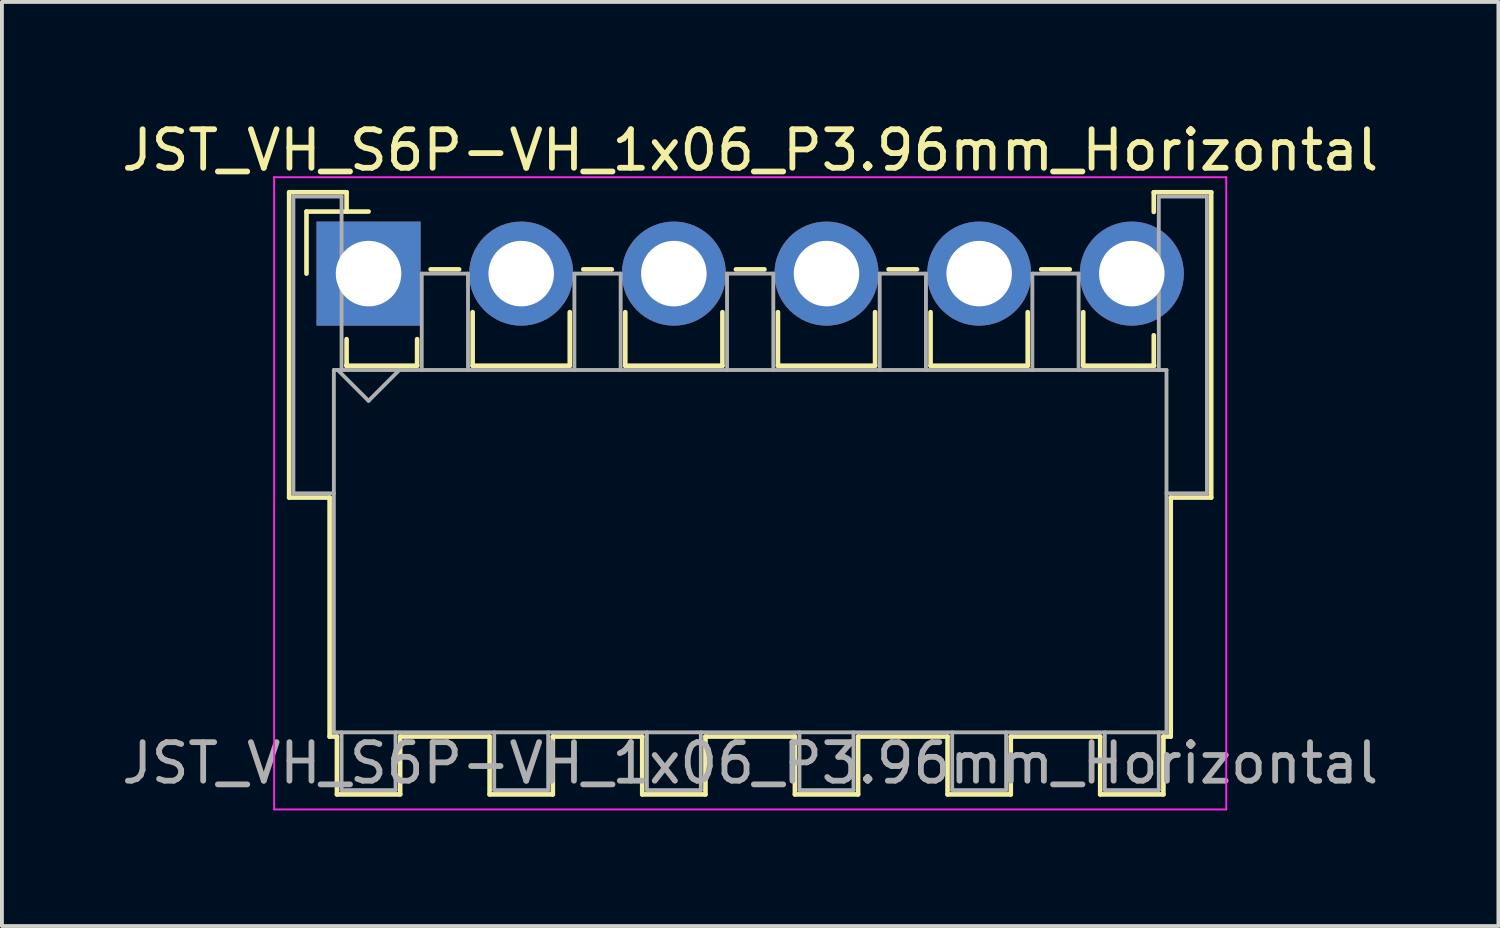
<source format=kicad_pcb>
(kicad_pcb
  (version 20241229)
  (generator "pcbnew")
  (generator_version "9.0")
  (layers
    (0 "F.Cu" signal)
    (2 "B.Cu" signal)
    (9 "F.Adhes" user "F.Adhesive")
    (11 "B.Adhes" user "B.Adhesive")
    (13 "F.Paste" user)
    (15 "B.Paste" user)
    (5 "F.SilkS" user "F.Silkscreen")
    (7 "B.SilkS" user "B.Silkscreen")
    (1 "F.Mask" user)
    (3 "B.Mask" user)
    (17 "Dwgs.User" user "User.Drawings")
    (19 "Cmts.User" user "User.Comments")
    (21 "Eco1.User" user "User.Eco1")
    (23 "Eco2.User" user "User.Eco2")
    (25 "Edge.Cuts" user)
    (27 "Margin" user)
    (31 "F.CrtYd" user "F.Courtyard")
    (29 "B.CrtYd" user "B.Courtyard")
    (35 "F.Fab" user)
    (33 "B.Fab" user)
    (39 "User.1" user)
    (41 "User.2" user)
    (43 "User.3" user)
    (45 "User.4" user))
  (footprint "JST_VH_S6P-VH_1x06_P3.96mm_Horizontal"
    (layer "F.Cu")
    (at 6.511 4.048)
    (property "Reference" "JST_VH_S6P-VH_1x06_P3.96mm_Horizontal" (at 9.9 -3.2 0) (layer "F.SilkS") (effects (font (size 1 1) (thickness 0.15))))
    (attr through_hole)
    (fp_line (start -2.06 -2.11) (end -0.57 -2.11) (stroke (width 0.12) (type solid)) (layer "F.SilkS"))
    (fp_line (start -2.06 5.81) (end -2.06 -2.11) (stroke (width 0.12) (type solid)) (layer "F.SilkS"))
    (fp_line (start -1.61 -1.61) (end -1.61 0) (stroke (width 0.12) (type solid)) (layer "F.SilkS"))
    (fp_line (start -1.01 5.81) (end -2.06 5.81) (stroke (width 0.12) (type solid)) (layer "F.SilkS"))
    (fp_line (start -1.01 5.81) (end -1.01 12.01) (stroke (width 0.12) (type solid)) (layer "F.SilkS"))
    (fp_line (start -1.01 12.01) (end -0.82 12.01) (stroke (width 0.12) (type solid)) (layer "F.SilkS"))
    (fp_line (start -0.82 12.01) (end -0.82 13.51) (stroke (width 0.12) (type solid)) (layer "F.SilkS"))
    (fp_line (start -0.82 13.51) (end 0.82 13.51) (stroke (width 0.12) (type solid)) (layer "F.SilkS"))
    (fp_line (start -0.58 2.39) (end 1.26 2.39) (stroke (width 0.12) (type solid)) (layer "F.SilkS"))
    (fp_line (start -0.57 -2.11) (end -0.57 -1.61) (stroke (width 0.12) (type solid)) (layer "F.SilkS"))
    (fp_line (start -0.57 1.7) (end -0.57 2.39) (stroke (width 0.12) (type solid)) (layer "F.SilkS"))
    (fp_line (start 0 -1.61) (end -1.61 -1.61) (stroke (width 0.12) (type solid)) (layer "F.SilkS"))
    (fp_line (start 0.82 12.01) (end 3.14 12.01) (stroke (width 0.12) (type solid)) (layer "F.SilkS"))
    (fp_line (start 0.82 13.51) (end 0.82 12.01) (stroke (width 0.12) (type solid)) (layer "F.SilkS"))
    (fp_line (start 1.26 2.39) (end 1.26 1.7) (stroke (width 0.12) (type solid)) (layer "F.SilkS"))
    (fp_line (start 1.61 -0.11) (end 2.35 -0.11) (stroke (width 0.12) (type solid)) (layer "F.SilkS"))
    (fp_line (start 2.7 1) (end 2.7 2.39) (stroke (width 0.12) (type solid)) (layer "F.SilkS"))
    (fp_line (start 2.7 2.39) (end 5.22 2.39) (stroke (width 0.12) (type solid)) (layer "F.SilkS"))
    (fp_line (start 3.14 12.01) (end 3.14 13.51) (stroke (width 0.12) (type solid)) (layer "F.SilkS"))
    (fp_line (start 3.14 13.51) (end 4.78 13.51) (stroke (width 0.12) (type solid)) (layer "F.SilkS"))
    (fp_line (start 4.78 12.01) (end 7.1 12.01) (stroke (width 0.12) (type solid)) (layer "F.SilkS"))
    (fp_line (start 4.78 13.51) (end 4.78 12.01) (stroke (width 0.12) (type solid)) (layer "F.SilkS"))
    (fp_line (start 5.22 2.39) (end 5.22 1) (stroke (width 0.12) (type solid)) (layer "F.SilkS"))
    (fp_line (start 5.57 -0.11) (end 6.31 -0.11) (stroke (width 0.12) (type solid)) (layer "F.SilkS"))
    (fp_line (start 6.66 1) (end 6.66 2.39) (stroke (width 0.12) (type solid)) (layer "F.SilkS"))
    (fp_line (start 6.66 2.39) (end 9.18 2.39) (stroke (width 0.12) (type solid)) (layer "F.SilkS"))
    (fp_line (start 7.1 12.01) (end 7.1 13.51) (stroke (width 0.12) (type solid)) (layer "F.SilkS"))
    (fp_line (start 7.1 13.51) (end 8.74 13.51) (stroke (width 0.12) (type solid)) (layer "F.SilkS"))
    (fp_line (start 8.74 12.01) (end 11.06 12.01) (stroke (width 0.12) (type solid)) (layer "F.SilkS"))
    (fp_line (start 8.74 13.51) (end 8.74 12.01) (stroke (width 0.12) (type solid)) (layer "F.SilkS"))
    (fp_line (start 9.18 2.39) (end 9.18 1) (stroke (width 0.12) (type solid)) (layer "F.SilkS"))
    (fp_line (start 9.53 -0.11) (end 10.27 -0.11) (stroke (width 0.12) (type solid)) (layer "F.SilkS"))
    (fp_line (start 10.62 1) (end 10.62 2.39) (stroke (width 0.12) (type solid)) (layer "F.SilkS"))
    (fp_line (start 10.62 2.39) (end 13.14 2.39) (stroke (width 0.12) (type solid)) (layer "F.SilkS"))
    (fp_line (start 11.06 12.01) (end 11.06 13.51) (stroke (width 0.12) (type solid)) (layer "F.SilkS"))
    (fp_line (start 11.06 13.51) (end 12.7 13.51) (stroke (width 0.12) (type solid)) (layer "F.SilkS"))
    (fp_line (start 12.7 12.01) (end 15.02 12.01) (stroke (width 0.12) (type solid)) (layer "F.SilkS"))
    (fp_line (start 12.7 13.51) (end 12.7 12.01) (stroke (width 0.12) (type solid)) (layer "F.SilkS"))
    (fp_line (start 13.14 2.39) (end 13.14 1) (stroke (width 0.12) (type solid)) (layer "F.SilkS"))
    (fp_line (start 13.49 -0.11) (end 14.23 -0.11) (stroke (width 0.12) (type solid)) (layer "F.SilkS"))
    (fp_line (start 14.58 1) (end 14.58 2.39) (stroke (width 0.12) (type solid)) (layer "F.SilkS"))
    (fp_line (start 14.58 2.39) (end 17.1 2.39) (stroke (width 0.12) (type solid)) (layer "F.SilkS"))
    (fp_line (start 15.02 12.01) (end 15.02 13.51) (stroke (width 0.12) (type solid)) (layer "F.SilkS"))
    (fp_line (start 15.02 13.51) (end 16.66 13.51) (stroke (width 0.12) (type solid)) (layer "F.SilkS"))
    (fp_line (start 16.66 12.01) (end 18.98 12.01) (stroke (width 0.12) (type solid)) (layer "F.SilkS"))
    (fp_line (start 16.66 13.51) (end 16.66 12.01) (stroke (width 0.12) (type solid)) (layer "F.SilkS"))
    (fp_line (start 17.1 2.39) (end 17.1 1) (stroke (width 0.12) (type solid)) (layer "F.SilkS"))
    (fp_line (start 17.45 -0.11) (end 18.19 -0.11) (stroke (width 0.12) (type solid)) (layer "F.SilkS"))
    (fp_line (start 18.54 1) (end 18.54 2.39) (stroke (width 0.12) (type solid)) (layer "F.SilkS"))
    (fp_line (start 18.54 2.39) (end 20.38 2.39) (stroke (width 0.12) (type solid)) (layer "F.SilkS"))
    (fp_line (start 18.98 12.01) (end 18.98 13.51) (stroke (width 0.12) (type solid)) (layer "F.SilkS"))
    (fp_line (start 18.98 13.51) (end 20.62 13.51) (stroke (width 0.12) (type solid)) (layer "F.SilkS"))
    (fp_line (start 20.37 -2.11) (end 21.86 -2.11) (stroke (width 0.12) (type solid)) (layer "F.SilkS"))
    (fp_line (start 20.37 -1.6) (end 20.37 -2.11) (stroke (width 0.12) (type solid)) (layer "F.SilkS"))
    (fp_line (start 20.37 2.39) (end 20.37 1.6) (stroke (width 0.12) (type solid)) (layer "F.SilkS"))
    (fp_line (start 20.62 12.01) (end 20.81 12.01) (stroke (width 0.12) (type solid)) (layer "F.SilkS"))
    (fp_line (start 20.62 13.51) (end 20.62 12.01) (stroke (width 0.12) (type solid)) (layer "F.SilkS"))
    (fp_line (start 20.81 12.01) (end 20.81 5.81) (stroke (width 0.12) (type solid)) (layer "F.SilkS"))
    (fp_line (start 21.86 -2.11) (end 21.86 5.81) (stroke (width 0.12) (type solid)) (layer "F.SilkS"))
    (fp_line (start 21.86 5.81) (end 20.81 5.81) (stroke (width 0.12) (type solid)) (layer "F.SilkS"))
    (fp_line (start -2.45 -2.5) (end -2.45 13.9) (stroke (width 0.05) (type solid)) (layer "F.CrtYd"))
    (fp_line (start -2.45 13.9) (end 22.25 13.9) (stroke (width 0.05) (type solid)) (layer "F.CrtYd"))
    (fp_line (start 22.25 -2.5) (end -2.45 -2.5) (stroke (width 0.05) (type solid)) (layer "F.CrtYd"))
    (fp_line (start 22.25 13.9) (end 22.25 -2.5) (stroke (width 0.05) (type solid)) (layer "F.CrtYd"))
    (fp_line (start -1.95 -2) (end -0.7 -2) (stroke (width 0.1) (type solid)) (layer "F.Fab"))
    (fp_line (start -1.95 5.7) (end -1.95 -2) (stroke (width 0.1) (type solid)) (layer "F.Fab"))
    (fp_line (start -0.9 2.5) (end -0.9 11.9) (stroke (width 0.1) (type solid)) (layer "F.Fab"))
    (fp_line (start -0.9 5.7) (end -1.95 5.7) (stroke (width 0.1) (type solid)) (layer "F.Fab"))
    (fp_line (start -0.9 11.9) (end 20.7 11.9) (stroke (width 0.1) (type solid)) (layer "F.Fab"))
    (fp_line (start -0.8 2.5) (end 0 3.3) (stroke (width 0.1) (type solid)) (layer "F.Fab"))
    (fp_line (start -0.7 -2) (end -0.7 2.5) (stroke (width 0.1) (type solid)) (layer "F.Fab"))
    (fp_line (start -0.7 11.9) (end -0.7 13.4) (stroke (width 0.1) (type solid)) (layer "F.Fab"))
    (fp_line (start -0.7 13.4) (end 0.7 13.4) (stroke (width 0.1) (type solid)) (layer "F.Fab"))
    (fp_line (start 0 3.3) (end 0.8 2.5) (stroke (width 0.1) (type solid)) (layer "F.Fab"))
    (fp_line (start 0.7 13.4) (end 0.7 11.9) (stroke (width 0.1) (type solid)) (layer "F.Fab"))
    (fp_line (start 1.38 0) (end 2.58 0) (stroke (width 0.1) (type solid)) (layer "F.Fab"))
    (fp_line (start 1.38 2.5) (end 1.38 0) (stroke (width 0.1) (type solid)) (layer "F.Fab"))
    (fp_line (start 2.58 0) (end 2.58 2.5) (stroke (width 0.1) (type solid)) (layer "F.Fab"))
    (fp_line (start 3.26 11.9) (end 3.26 13.4) (stroke (width 0.1) (type solid)) (layer "F.Fab"))
    (fp_line (start 3.26 13.4) (end 4.66 13.4) (stroke (width 0.1) (type solid)) (layer "F.Fab"))
    (fp_line (start 4.66 13.4) (end 4.66 11.9) (stroke (width 0.1) (type solid)) (layer "F.Fab"))
    (fp_line (start 5.34 0) (end 6.54 0) (stroke (width 0.1) (type solid)) (layer "F.Fab"))
    (fp_line (start 5.34 2.5) (end 5.34 0) (stroke (width 0.1) (type solid)) (layer "F.Fab"))
    (fp_line (start 6.54 0) (end 6.54 2.5) (stroke (width 0.1) (type solid)) (layer "F.Fab"))
    (fp_line (start 7.22 11.9) (end 7.22 13.4) (stroke (width 0.1) (type solid)) (layer "F.Fab"))
    (fp_line (start 7.22 13.4) (end 8.62 13.4) (stroke (width 0.1) (type solid)) (layer "F.Fab"))
    (fp_line (start 8.62 13.4) (end 8.62 11.9) (stroke (width 0.1) (type solid)) (layer "F.Fab"))
    (fp_line (start 9.3 0) (end 10.5 0) (stroke (width 0.1) (type solid)) (layer "F.Fab"))
    (fp_line (start 9.3 2.5) (end 9.3 0) (stroke (width 0.1) (type solid)) (layer "F.Fab"))
    (fp_line (start 10.5 0) (end 10.5 2.5) (stroke (width 0.1) (type solid)) (layer "F.Fab"))
    (fp_line (start 11.18 11.9) (end 11.18 13.4) (stroke (width 0.1) (type solid)) (layer "F.Fab"))
    (fp_line (start 11.18 13.4) (end 12.58 13.4) (stroke (width 0.1) (type solid)) (layer "F.Fab"))
    (fp_line (start 12.58 13.4) (end 12.58 11.9) (stroke (width 0.1) (type solid)) (layer "F.Fab"))
    (fp_line (start 13.26 0) (end 14.46 0) (stroke (width 0.1) (type solid)) (layer "F.Fab"))
    (fp_line (start 13.26 2.5) (end 13.26 0) (stroke (width 0.1) (type solid)) (layer "F.Fab"))
    (fp_line (start 14.46 0) (end 14.46 2.5) (stroke (width 0.1) (type solid)) (layer "F.Fab"))
    (fp_line (start 15.14 11.9) (end 15.14 13.4) (stroke (width 0.1) (type solid)) (layer "F.Fab"))
    (fp_line (start 15.14 13.4) (end 16.54 13.4) (stroke (width 0.1) (type solid)) (layer "F.Fab"))
    (fp_line (start 16.54 13.4) (end 16.54 11.9) (stroke (width 0.1) (type solid)) (layer "F.Fab"))
    (fp_line (start 17.22 0) (end 18.42 0) (stroke (width 0.1) (type solid)) (layer "F.Fab"))
    (fp_line (start 17.22 2.5) (end 17.22 0) (stroke (width 0.1) (type solid)) (layer "F.Fab"))
    (fp_line (start 18.42 0) (end 18.42 2.5) (stroke (width 0.1) (type solid)) (layer "F.Fab"))
    (fp_line (start 19.1 11.9) (end 19.1 13.4) (stroke (width 0.1) (type solid)) (layer "F.Fab"))
    (fp_line (start 19.1 13.4) (end 20.5 13.4) (stroke (width 0.1) (type solid)) (layer "F.Fab"))
    (fp_line (start 20.5 -2) (end 21.75 -2) (stroke (width 0.1) (type solid)) (layer "F.Fab"))
    (fp_line (start 20.5 2.5) (end 20.5 -2) (stroke (width 0.1) (type solid)) (layer "F.Fab"))
    (fp_line (start 20.5 13.4) (end 20.5 11.9) (stroke (width 0.1) (type solid)) (layer "F.Fab"))
    (fp_line (start 20.7 2.5) (end -0.9 2.5) (stroke (width 0.1) (type solid)) (layer "F.Fab"))
    (fp_line (start 20.7 11.9) (end 20.7 2.5) (stroke (width 0.1) (type solid)) (layer "F.Fab"))
    (fp_line (start 21.75 -2) (end 21.75 5.7) (stroke (width 0.1) (type solid)) (layer "F.Fab"))
    (fp_line (start 21.75 5.7) (end 20.7 5.7) (stroke (width 0.1) (type solid)) (layer "F.Fab"))
    (fp_text user "${REFERENCE}" (at 9.9 12.7 0) (layer "F.Fab") (effects (font (size 1 1) (thickness 0.15))))
    (pad "1" thru_hole rect (at 0 0) (size 2.7 2.7) (drill 1.7) (layers "*.Cu" "*.Mask"))
    (pad "2" thru_hole circle (at 3.96 0) (size 2.7 2.7) (drill 1.7) (layers "*.Cu" "*.Mask"))
    (pad "3" thru_hole circle (at 7.92 0) (size 2.7 2.7) (drill 1.7) (layers "*.Cu" "*.Mask"))
    (pad "4" thru_hole circle (at 11.88 0) (size 2.7 2.7) (drill 1.7) (layers "*.Cu" "*.Mask"))
    (pad "5" thru_hole circle (at 15.84 0) (size 2.7 2.7) (drill 1.7) (layers "*.Cu" "*.Mask"))
    (pad "6" thru_hole circle (at 19.8 0) (size 2.7 2.7) (drill 1.7) (layers "*.Cu" "*.Mask")))
  (gr_rect
    (start -3 -3)
    (end 35.821 20.973)
    (stroke (width 0.1) (type default))
    (fill no)
    (layer "Edge.Cuts")))
</source>
